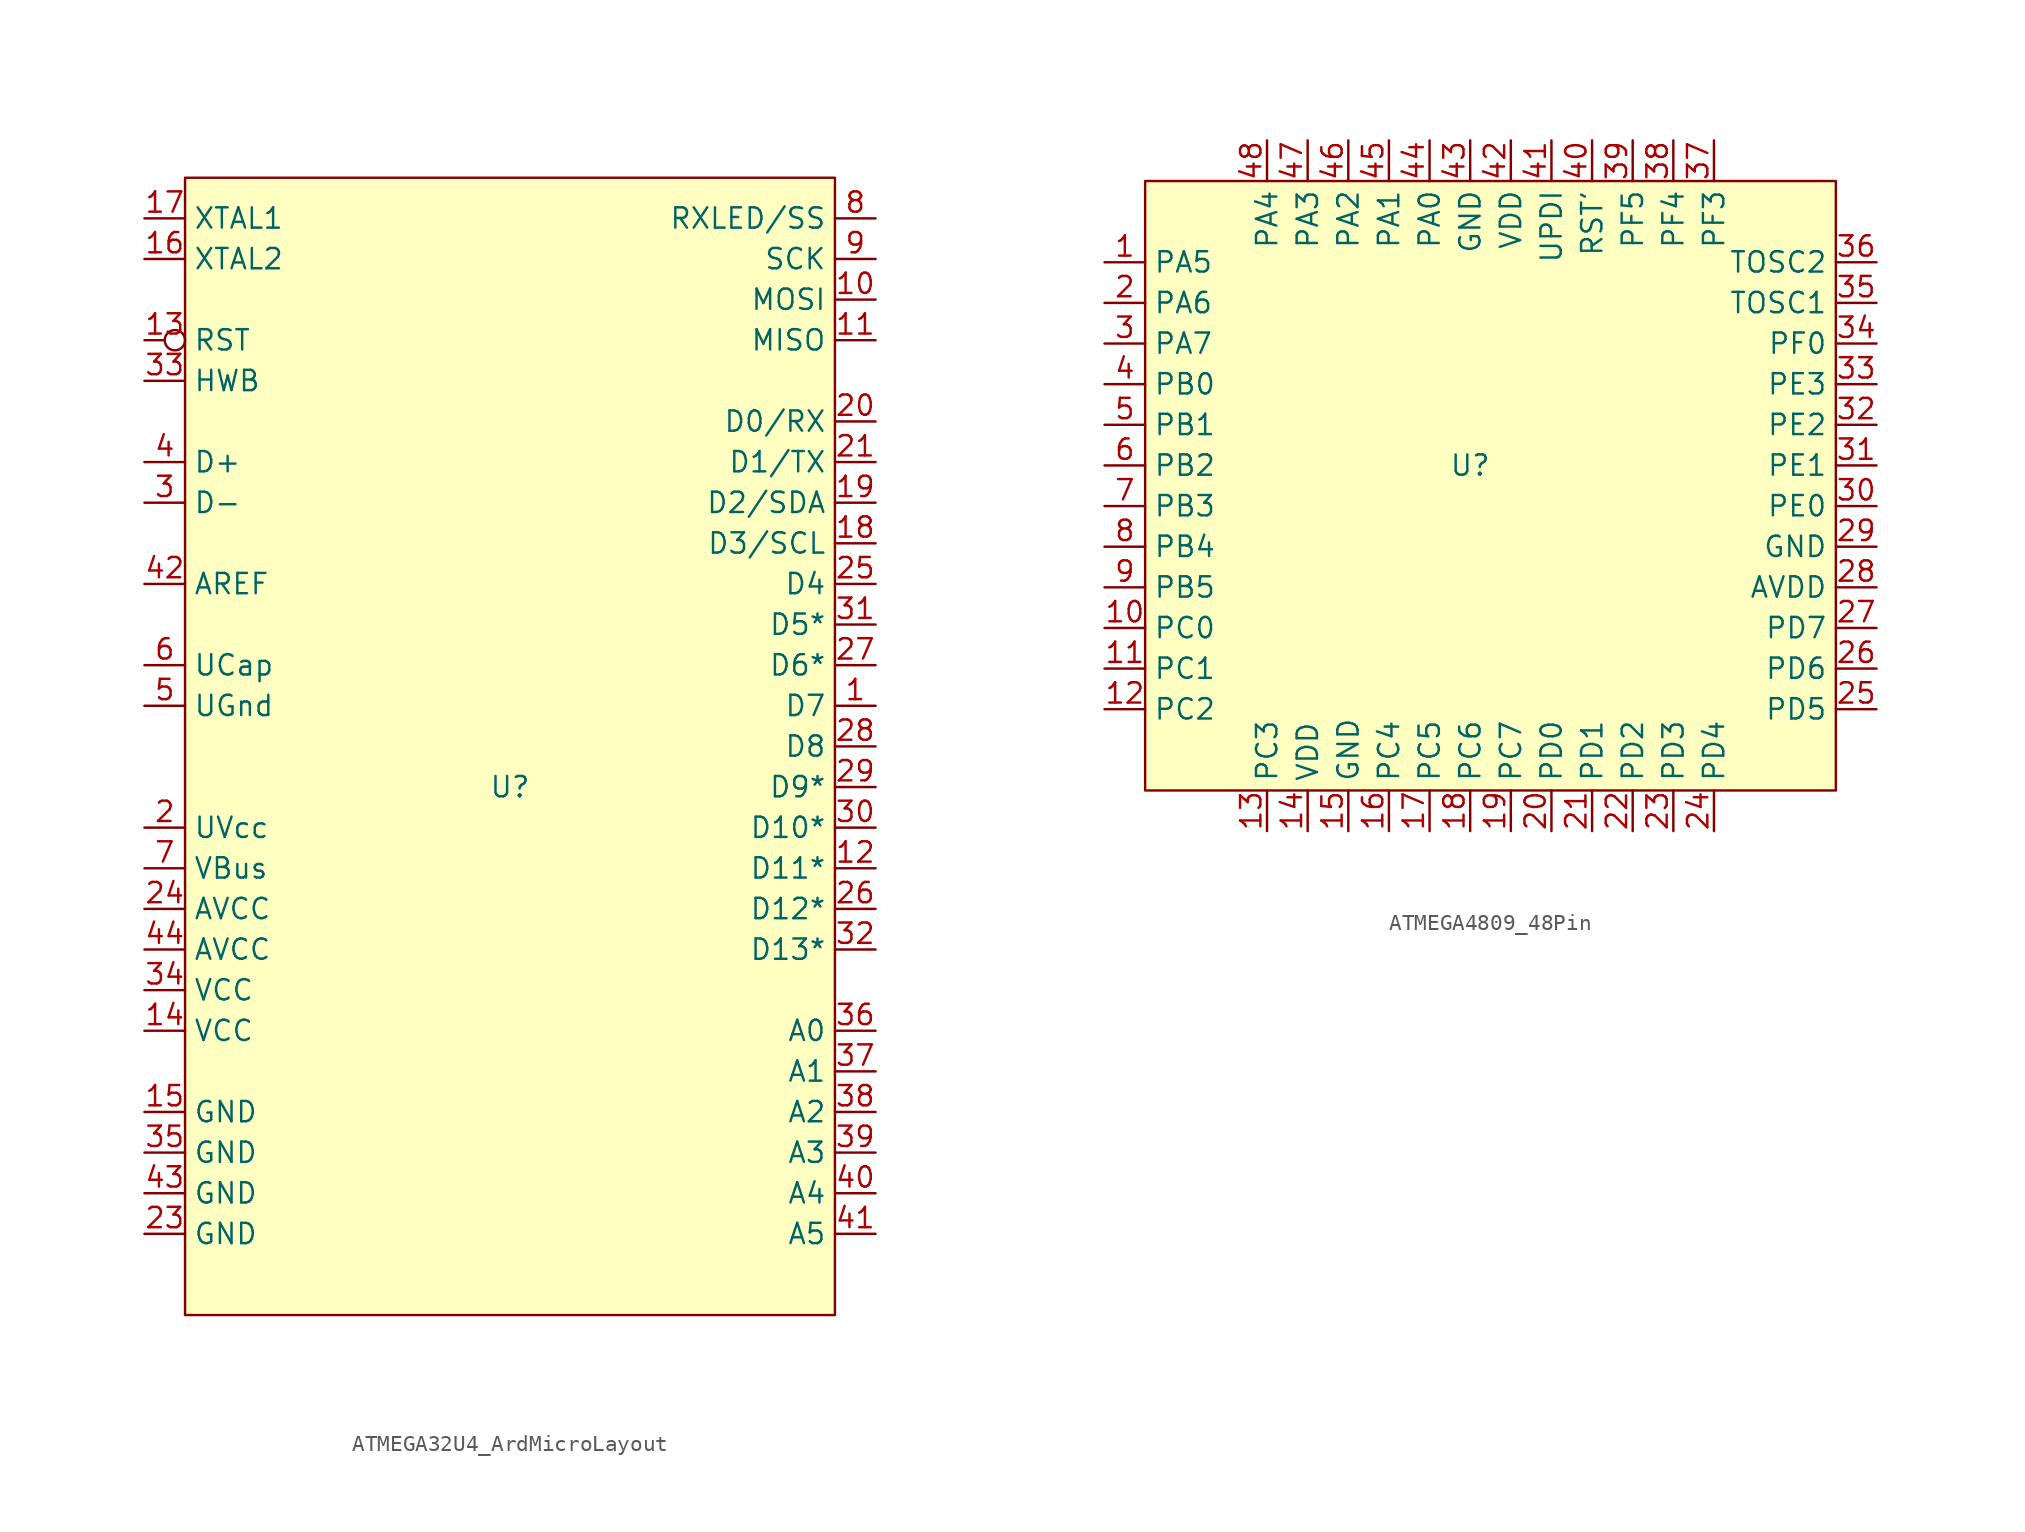
<source format=kicad_sym>
(kicad_symbol_lib
  (version 20220914)
  (generator kicad_symbol_editor)
  (symbol "ATMEGA32U4_ArdMicroLayout"
    (property "Reference" "U"
      (at 0 2.54 0)
      (effects (font (size 1.27 1.27))))
    (property "Value" ""
      (at 0 0 0)
      (effects (font (size 1.27 1.27))))
    (symbol "ATMEGA32U4_ArdMicroLayout_1_1"
      (rectangle (start -20.32 40.64) (end 20.32 -30.48) (stroke (width 0) (type default)) (fill (type background)))
      (pin input line (at 22.86 7.62 180) (length 2.54) (name "D7" (effects (font (size 1.27 1.27)))) (number "1" (effects (font (size 1.27 1.27)))))
      (pin input line (at 22.86 33.02 180) (length 2.54) (name "MOSI" (effects (font (size 1.27 1.27)))) (number "10" (effects (font (size 1.27 1.27)))))
      (pin input line (at 22.86 30.48 180) (length 2.54) (name "MISO" (effects (font (size 1.27 1.27)))) (number "11" (effects (font (size 1.27 1.27)))))
      (pin input line (at 22.86 -2.54 180) (length 2.54) (name "D11*" (effects (font (size 1.27 1.27)))) (number "12" (effects (font (size 1.27 1.27)))))
      (pin input inverted (at -22.86 30.48 0) (length 2.54) (name "RST" (effects (font (size 1.27 1.27)))) (number "13" (effects (font (size 1.27 1.27)))))
      (pin input line (at -22.86 -12.7 0) (length 2.54) (name "VCC" (effects (font (size 1.27 1.27)))) (number "14" (effects (font (size 1.27 1.27)))))
      (pin input line (at -22.86 -17.78 0) (length 2.54) (name "GND" (effects (font (size 1.27 1.27)))) (number "15" (effects (font (size 1.27 1.27)))))
      (pin input line (at -22.86 35.56 0) (length 2.54) (name "XTAL2" (effects (font (size 1.27 1.27)))) (number "16" (effects (font (size 1.27 1.27)))))
      (pin input line (at -22.86 38.1 0) (length 2.54) (name "XTAL1" (effects (font (size 1.27 1.27)))) (number "17" (effects (font (size 1.27 1.27)))))
      (pin input line (at 22.86 17.78 180) (length 2.54) (name "D3/SCL" (effects (font (size 1.27 1.27)))) (number "18" (effects (font (size 1.27 1.27)))))
      (pin input line (at 22.86 20.32 180) (length 2.54) (name "D2/SDA" (effects (font (size 1.27 1.27)))) (number "19" (effects (font (size 1.27 1.27)))))
      (pin input line (at -22.86 0 0) (length 2.54) (name "UVcc" (effects (font (size 1.27 1.27)))) (number "2" (effects (font (size 1.27 1.27)))))
      (pin input line (at 22.86 25.4 180) (length 2.54) (name "D0/RX" (effects (font (size 1.27 1.27)))) (number "20" (effects (font (size 1.27 1.27)))))
      (pin input line (at 22.86 22.86 180) (length 2.54) (name "D1/TX" (effects (font (size 1.27 1.27)))) (number "21" (effects (font (size 1.27 1.27)))))
      (pin free line (at 0 12.7 180) (length 2.54) hide (name "NC" (effects (font (size 1.27 1.27)))) (number "22" (effects (font (size 1.27 1.27)))))
      (pin input line (at -22.86 -25.4 0) (length 2.54) (name "GND" (effects (font (size 1.27 1.27)))) (number "23" (effects (font (size 1.27 1.27)))))
      (pin input line (at -22.86 -5.08 0) (length 2.54) (name "AVCC" (effects (font (size 1.27 1.27)))) (number "24" (effects (font (size 1.27 1.27)))))
      (pin input line (at 22.86 15.24 180) (length 2.54) (name "D4" (effects (font (size 1.27 1.27)))) (number "25" (effects (font (size 1.27 1.27)))))
      (pin input line (at 22.86 -5.08 180) (length 2.54) (name "D12*" (effects (font (size 1.27 1.27)))) (number "26" (effects (font (size 1.27 1.27)))))
      (pin input line (at 22.86 10.16 180) (length 2.54) (name "D6*" (effects (font (size 1.27 1.27)))) (number "27" (effects (font (size 1.27 1.27)))))
      (pin input line (at 22.86 5.08 180) (length 2.54) (name "D8" (effects (font (size 1.27 1.27)))) (number "28" (effects (font (size 1.27 1.27)))))
      (pin input line (at 22.86 2.54 180) (length 2.54) (name "D9*" (effects (font (size 1.27 1.27)))) (number "29" (effects (font (size 1.27 1.27)))))
      (pin input line (at -22.86 20.32 0) (length 2.54) (name "D-" (effects (font (size 1.27 1.27)))) (number "3" (effects (font (size 1.27 1.27)))))
      (pin input line (at 22.86 0 180) (length 2.54) (name "D10*" (effects (font (size 1.27 1.27)))) (number "30" (effects (font (size 1.27 1.27)))))
      (pin input line (at 22.86 12.7 180) (length 2.54) (name "D5*" (effects (font (size 1.27 1.27)))) (number "31" (effects (font (size 1.27 1.27)))))
      (pin input line (at 22.86 -7.62 180) (length 2.54) (name "D13*" (effects (font (size 1.27 1.27)))) (number "32" (effects (font (size 1.27 1.27)))))
      (pin input line (at -22.86 27.94 0) (length 2.54) (name "HWB" (effects (font (size 1.27 1.27)))) (number "33" (effects (font (size 1.27 1.27)))))
      (pin input line (at -22.86 -10.16 0) (length 2.54) (name "VCC" (effects (font (size 1.27 1.27)))) (number "34" (effects (font (size 1.27 1.27)))))
      (pin input line (at -22.86 -20.32 0) (length 2.54) (name "GND" (effects (font (size 1.27 1.27)))) (number "35" (effects (font (size 1.27 1.27)))))
      (pin input line (at 22.86 -12.7 180) (length 2.54) (name "A0" (effects (font (size 1.27 1.27)))) (number "36" (effects (font (size 1.27 1.27)))))
      (pin input line (at 22.86 -15.24 180) (length 2.54) (name "A1" (effects (font (size 1.27 1.27)))) (number "37" (effects (font (size 1.27 1.27)))))
      (pin input line (at 22.86 -17.78 180) (length 2.54) (name "A2" (effects (font (size 1.27 1.27)))) (number "38" (effects (font (size 1.27 1.27)))))
      (pin input line (at 22.86 -20.32 180) (length 2.54) (name "A3" (effects (font (size 1.27 1.27)))) (number "39" (effects (font (size 1.27 1.27)))))
      (pin input line (at -22.86 22.86 0) (length 2.54) (name "D+" (effects (font (size 1.27 1.27)))) (number "4" (effects (font (size 1.27 1.27)))))
      (pin input line (at 22.86 -22.86 180) (length 2.54) (name "A4" (effects (font (size 1.27 1.27)))) (number "40" (effects (font (size 1.27 1.27)))))
      (pin input line (at 22.86 -25.4 180) (length 2.54) (name "A5" (effects (font (size 1.27 1.27)))) (number "41" (effects (font (size 1.27 1.27)))))
      (pin input line (at -22.86 15.24 0) (length 2.54) (name "AREF" (effects (font (size 1.27 1.27)))) (number "42" (effects (font (size 1.27 1.27)))))
      (pin input line (at -22.86 -22.86 0) (length 2.54) (name "GND" (effects (font (size 1.27 1.27)))) (number "43" (effects (font (size 1.27 1.27)))))
      (pin input line (at -22.86 -7.62 0) (length 2.54) (name "AVCC" (effects (font (size 1.27 1.27)))) (number "44" (effects (font (size 1.27 1.27)))))
      (pin input line (at -22.86 7.62 0) (length 2.54) (name "UGnd" (effects (font (size 1.27 1.27)))) (number "5" (effects (font (size 1.27 1.27)))))
      (pin input line (at -22.86 10.16 0) (length 2.54) (name "UCap" (effects (font (size 1.27 1.27)))) (number "6" (effects (font (size 1.27 1.27)))))
      (pin input line (at -22.86 -2.54 0) (length 2.54) (name "VBus" (effects (font (size 1.27 1.27)))) (number "7" (effects (font (size 1.27 1.27)))))
      (pin input line (at 22.86 38.1 180) (length 2.54) (name "RXLED/SS" (effects (font (size 1.27 1.27)))) (number "8" (effects (font (size 1.27 1.27)))))
      (pin input line (at 22.86 35.56 180) (length 2.54) (name "SCK" (effects (font (size 1.27 1.27)))) (number "9" (effects (font (size 1.27 1.27)))))))
  (symbol "ATMEGA4809_48Pin"
    (property "Reference" "U"
      (at 0 0 0)
      (effects (font (size 1.27 1.27))))
    (property "Value" ""
      (at 0 0 0)
      (effects (font (size 1.27 1.27))))
    (symbol "ATMEGA4809_48Pin_1_1"
      (rectangle (start -20.32 17.78) (end 22.86 -20.32) (stroke (width 0) (type default)) (fill (type background)))
      (pin input line (at -22.86 12.7 0) (length 2.54) (name "PA5" (effects (font (size 1.27 1.27)))) (number "1" (effects (font (size 1.27 1.27)))))
      (pin input line (at -22.86 -10.16 0) (length 2.54) (name "PC0" (effects (font (size 1.27 1.27)))) (number "10" (effects (font (size 1.27 1.27)))))
      (pin input line (at -22.86 -12.7 0) (length 2.54) (name "PC1" (effects (font (size 1.27 1.27)))) (number "11" (effects (font (size 1.27 1.27)))))
      (pin input line (at -22.86 -15.24 0) (length 2.54) (name "PC2" (effects (font (size 1.27 1.27)))) (number "12" (effects (font (size 1.27 1.27)))))
      (pin input line (at -12.7 -22.86 90) (length 2.54) (name "PC3" (effects (font (size 1.27 1.27)))) (number "13" (effects (font (size 1.27 1.27)))))
      (pin input line (at -10.16 -22.86 90) (length 2.54) (name "VDD" (effects (font (size 1.27 1.27)))) (number "14" (effects (font (size 1.27 1.27)))))
      (pin input line (at -7.62 -22.86 90) (length 2.54) (name "GND" (effects (font (size 1.27 1.27)))) (number "15" (effects (font (size 1.27 1.27)))))
      (pin input line (at -5.08 -22.86 90) (length 2.54) (name "PC4" (effects (font (size 1.27 1.27)))) (number "16" (effects (font (size 1.27 1.27)))))
      (pin input line (at -2.54 -22.86 90) (length 2.54) (name "PC5" (effects (font (size 1.27 1.27)))) (number "17" (effects (font (size 1.27 1.27)))))
      (pin input line (at 0 -22.86 90) (length 2.54) (name "PC6" (effects (font (size 1.27 1.27)))) (number "18" (effects (font (size 1.27 1.27)))))
      (pin input line (at 2.54 -22.86 90) (length 2.54) (name "PC7" (effects (font (size 1.27 1.27)))) (number "19" (effects (font (size 1.27 1.27)))))
      (pin input line (at -22.86 10.16 0) (length 2.54) (name "PA6" (effects (font (size 1.27 1.27)))) (number "2" (effects (font (size 1.27 1.27)))))
      (pin input line (at 5.08 -22.86 90) (length 2.54) (name "PD0" (effects (font (size 1.27 1.27)))) (number "20" (effects (font (size 1.27 1.27)))))
      (pin input line (at 7.62 -22.86 90) (length 2.54) (name "PD1" (effects (font (size 1.27 1.27)))) (number "21" (effects (font (size 1.27 1.27)))))
      (pin input line (at 10.16 -22.86 90) (length 2.54) (name "PD2" (effects (font (size 1.27 1.27)))) (number "22" (effects (font (size 1.27 1.27)))))
      (pin input line (at 12.7 -22.86 90) (length 2.54) (name "PD3" (effects (font (size 1.27 1.27)))) (number "23" (effects (font (size 1.27 1.27)))))
      (pin input line (at 15.24 -22.86 90) (length 2.54) (name "PD4" (effects (font (size 1.27 1.27)))) (number "24" (effects (font (size 1.27 1.27)))))
      (pin input line (at 25.4 -15.24 180) (length 2.54) (name "PD5" (effects (font (size 1.27 1.27)))) (number "25" (effects (font (size 1.27 1.27)))))
      (pin input line (at 25.4 -12.7 180) (length 2.54) (name "PD6" (effects (font (size 1.27 1.27)))) (number "26" (effects (font (size 1.27 1.27)))))
      (pin input line (at 25.4 -10.16 180) (length 2.54) (name "PD7" (effects (font (size 1.27 1.27)))) (number "27" (effects (font (size 1.27 1.27)))))
      (pin input line (at 25.4 -7.62 180) (length 2.54) (name "AVDD" (effects (font (size 1.27 1.27)))) (number "28" (effects (font (size 1.27 1.27)))))
      (pin input line (at 25.4 -5.08 180) (length 2.54) (name "GND" (effects (font (size 1.27 1.27)))) (number "29" (effects (font (size 1.27 1.27)))))
      (pin input line (at -22.86 7.62 0) (length 2.54) (name "PA7" (effects (font (size 1.27 1.27)))) (number "3" (effects (font (size 1.27 1.27)))))
      (pin input line (at 25.4 -2.54 180) (length 2.54) (name "PE0" (effects (font (size 1.27 1.27)))) (number "30" (effects (font (size 1.27 1.27)))))
      (pin input line (at 25.4 0 180) (length 2.54) (name "PE1" (effects (font (size 1.27 1.27)))) (number "31" (effects (font (size 1.27 1.27)))))
      (pin input line (at 25.4 2.54 180) (length 2.54) (name "PE2" (effects (font (size 1.27 1.27)))) (number "32" (effects (font (size 1.27 1.27)))))
      (pin input line (at 25.4 5.08 180) (length 2.54) (name "PE3" (effects (font (size 1.27 1.27)))) (number "33" (effects (font (size 1.27 1.27)))))
      (pin input line (at 25.4 7.62 180) (length 2.54) (name "PF0" (effects (font (size 1.27 1.27)))) (number "34" (effects (font (size 1.27 1.27)))))
      (pin input line (at 25.4 10.16 180) (length 2.54) (name "TOSC1" (effects (font (size 1.27 1.27)))) (number "35" (effects (font (size 1.27 1.27)))))
      (pin input line (at 25.4 12.7 180) (length 2.54) (name "TOSC2" (effects (font (size 1.27 1.27)))) (number "36" (effects (font (size 1.27 1.27)))))
      (pin input line (at 15.24 20.32 270) (length 2.54) (name "PF3" (effects (font (size 1.27 1.27)))) (number "37" (effects (font (size 1.27 1.27)))))
      (pin input line (at 12.7 20.32 270) (length 2.54) (name "PF4" (effects (font (size 1.27 1.27)))) (number "38" (effects (font (size 1.27 1.27)))))
      (pin input line (at 10.16 20.32 270) (length 2.54) (name "PF5" (effects (font (size 1.27 1.27)))) (number "39" (effects (font (size 1.27 1.27)))))
      (pin input line (at -22.86 5.08 0) (length 2.54) (name "PB0" (effects (font (size 1.27 1.27)))) (number "4" (effects (font (size 1.27 1.27)))))
      (pin input line (at 7.62 20.32 270) (length 2.54) (name "RST'" (effects (font (size 1.27 1.27)))) (number "40" (effects (font (size 1.27 1.27)))))
      (pin input line (at 5.08 20.32 270) (length 2.54) (name "UPDI" (effects (font (size 1.27 1.27)))) (number "41" (effects (font (size 1.27 1.27)))))
      (pin input line (at 2.54 20.32 270) (length 2.54) (name "VDD" (effects (font (size 1.27 1.27)))) (number "42" (effects (font (size 1.27 1.27)))))
      (pin input line (at 0 20.32 270) (length 2.54) (name "GND" (effects (font (size 1.27 1.27)))) (number "43" (effects (font (size 1.27 1.27)))))
      (pin input line (at -2.54 20.32 270) (length 2.54) (name "PA0" (effects (font (size 1.27 1.27)))) (number "44" (effects (font (size 1.27 1.27)))))
      (pin input line (at -5.08 20.32 270) (length 2.54) (name "PA1" (effects (font (size 1.27 1.27)))) (number "45" (effects (font (size 1.27 1.27)))))
      (pin input line (at -7.62 20.32 270) (length 2.54) (name "PA2" (effects (font (size 1.27 1.27)))) (number "46" (effects (font (size 1.27 1.27)))))
      (pin input line (at -10.16 20.32 270) (length 2.54) (name "PA3" (effects (font (size 1.27 1.27)))) (number "47" (effects (font (size 1.27 1.27)))))
      (pin input line (at -12.7 20.32 270) (length 2.54) (name "PA4" (effects (font (size 1.27 1.27)))) (number "48" (effects (font (size 1.27 1.27)))))
      (pin input line (at -22.86 2.54 0) (length 2.54) (name "PB1" (effects (font (size 1.27 1.27)))) (number "5" (effects (font (size 1.27 1.27)))))
      (pin input line (at -22.86 0 0) (length 2.54) (name "PB2" (effects (font (size 1.27 1.27)))) (number "6" (effects (font (size 1.27 1.27)))))
      (pin input line (at -22.86 -2.54 0) (length 2.54) (name "PB3" (effects (font (size 1.27 1.27)))) (number "7" (effects (font (size 1.27 1.27)))))
      (pin input line (at -22.86 -5.08 0) (length 2.54) (name "PB4" (effects (font (size 1.27 1.27)))) (number "8" (effects (font (size 1.27 1.27)))))
      (pin input line (at -22.86 -7.62 0) (length 2.54) (name "PB5" (effects (font (size 1.27 1.27)))) (number "9" (effects (font (size 1.27 1.27))))))))
</source>
